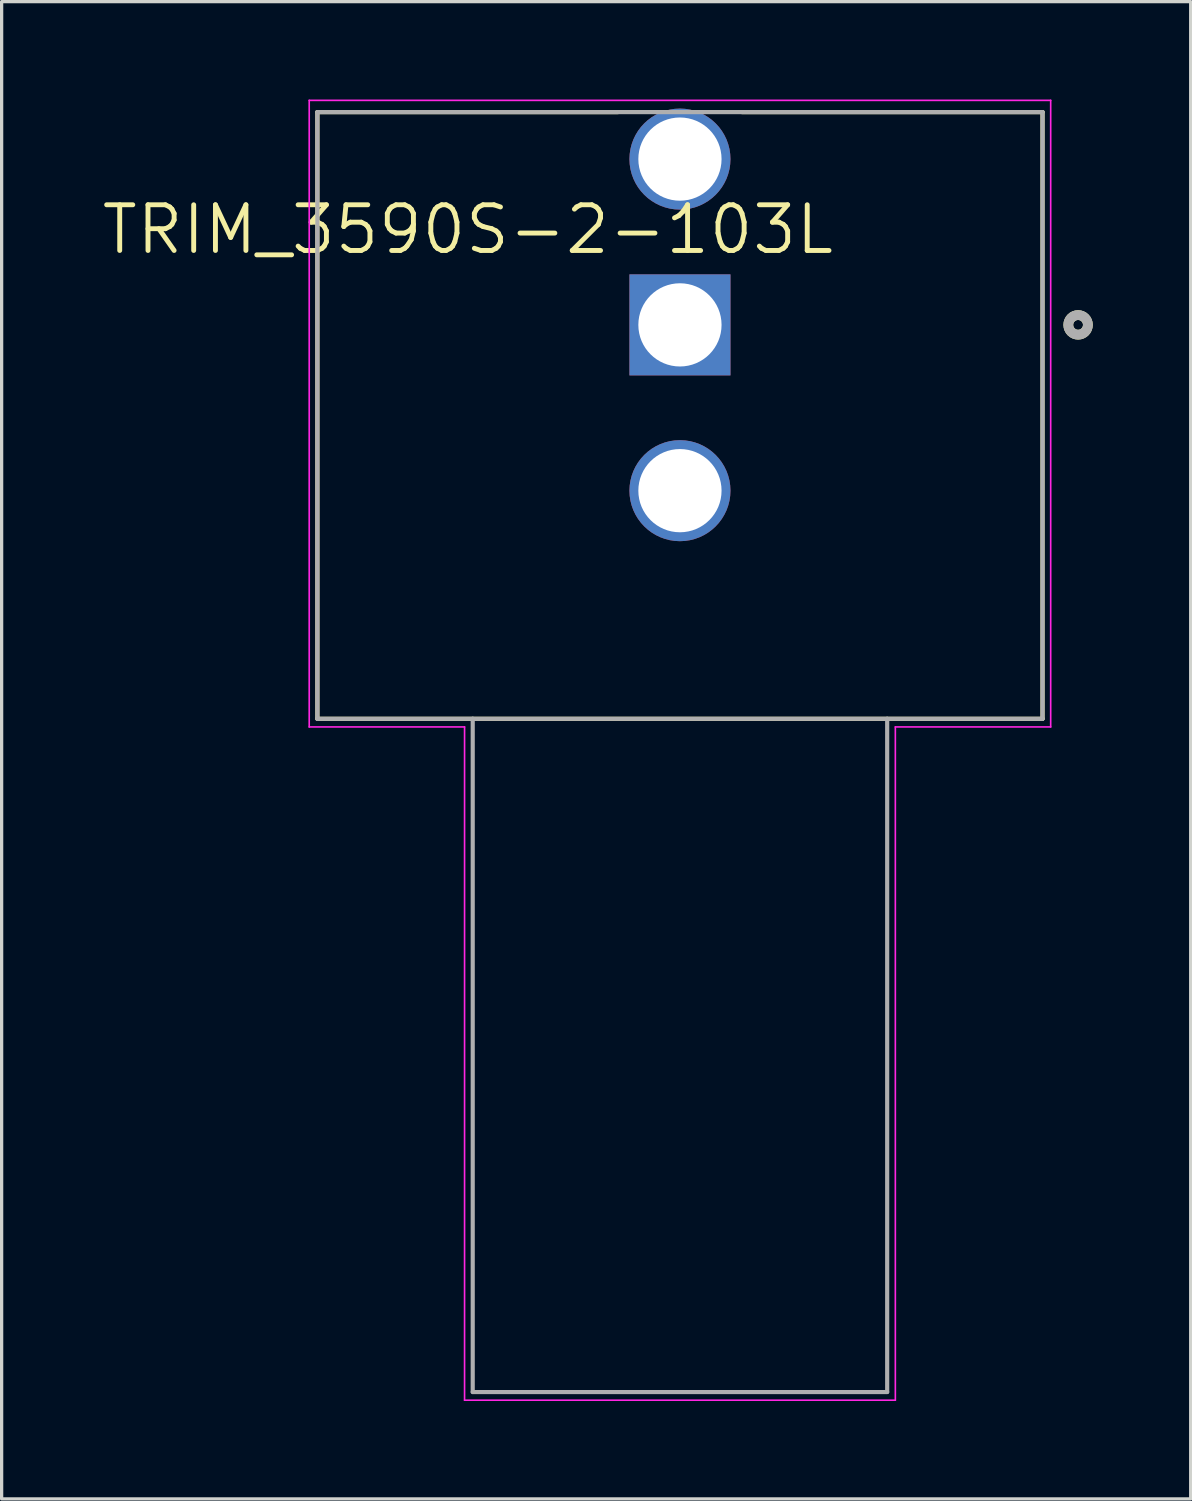
<source format=kicad_pcb>
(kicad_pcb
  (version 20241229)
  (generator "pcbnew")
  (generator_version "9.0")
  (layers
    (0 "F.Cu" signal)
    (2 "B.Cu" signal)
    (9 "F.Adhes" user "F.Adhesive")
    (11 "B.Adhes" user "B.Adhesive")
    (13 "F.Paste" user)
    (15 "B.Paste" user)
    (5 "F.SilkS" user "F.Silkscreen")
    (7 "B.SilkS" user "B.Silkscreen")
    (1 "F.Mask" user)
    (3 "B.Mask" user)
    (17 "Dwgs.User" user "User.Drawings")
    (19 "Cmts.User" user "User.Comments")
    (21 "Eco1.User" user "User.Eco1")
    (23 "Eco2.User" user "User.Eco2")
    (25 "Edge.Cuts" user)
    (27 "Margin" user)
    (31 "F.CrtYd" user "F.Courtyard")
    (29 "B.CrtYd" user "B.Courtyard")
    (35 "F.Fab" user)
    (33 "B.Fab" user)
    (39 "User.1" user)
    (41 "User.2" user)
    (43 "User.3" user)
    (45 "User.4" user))
  (footprint "TRIM_3590S-2-103L"
    (layer "F.Cu")
    (at 6.285 19.485)
    (property "Reference" "TRIM_3590S-2-103L" (at 5 -15.5 0) (layer "F.SilkS") (effects (font (size 1.4 1.4) (thickness 0.15))))
    (attr through_hole)
    (fp_line (start 0.39 -19.1) (end 0.39 -0.51) (stroke (width 0.127) (type solid)) (layer "F.SilkS"))
    (fp_line (start 0.39 -0.51) (end 22.61 -0.51) (stroke (width 0.127) (type solid)) (layer "F.SilkS"))
    (fp_line (start 9.6 -19.1) (end 0.39 -19.1) (stroke (width 0.127) (type solid)) (layer "F.SilkS"))
    (fp_line (start 22.61 -19.1) (end 13.4 -19.1) (stroke (width 0.127) (type solid)) (layer "F.SilkS"))
    (fp_line (start 22.61 -0.51) (end 22.61 -19.1) (stroke (width 0.127) (type solid)) (layer "F.SilkS"))
    (fp_circle (center 23.7 -12.58) (end 23.7 -12.28) (stroke (width 0.3) (type solid)) (fill no) (layer "F.SilkS"))
    (fp_line (start 0.14 -19.46) (end 22.86 -19.46) (stroke (width 0.05) (type solid)) (layer "F.CrtYd"))
    (fp_line (start 0.14 -0.26) (end 0.14 -19.46) (stroke (width 0.05) (type solid)) (layer "F.CrtYd"))
    (fp_line (start 4.9 -0.26) (end 0.14 -0.26) (stroke (width 0.05) (type solid)) (layer "F.CrtYd"))
    (fp_line (start 4.9 20.37) (end 4.9 -0.26) (stroke (width 0.05) (type solid)) (layer "F.CrtYd"))
    (fp_line (start 18.1 -0.26) (end 18.1 20.37) (stroke (width 0.05) (type solid)) (layer "F.CrtYd"))
    (fp_line (start 18.1 20.37) (end 4.9 20.37) (stroke (width 0.05) (type solid)) (layer "F.CrtYd"))
    (fp_line (start 22.86 -19.46) (end 22.86 -0.26) (stroke (width 0.05) (type solid)) (layer "F.CrtYd"))
    (fp_line (start 22.86 -0.26) (end 18.1 -0.26) (stroke (width 0.05) (type solid)) (layer "F.CrtYd"))
    (fp_line (start 0.39 -19.1) (end 0.39 -0.51) (stroke (width 0.127) (type solid)) (layer "F.Fab"))
    (fp_line (start 0.39 -0.51) (end 5.15 -0.51) (stroke (width 0.127) (type solid)) (layer "F.Fab"))
    (fp_line (start 5.15 -0.51) (end 17.85 -0.51) (stroke (width 0.127) (type solid)) (layer "F.Fab"))
    (fp_line (start 5.15 20.12) (end 5.15 -0.51) (stroke (width 0.127) (type solid)) (layer "F.Fab"))
    (fp_line (start 17.85 -0.51) (end 17.85 20.12) (stroke (width 0.127) (type solid)) (layer "F.Fab"))
    (fp_line (start 17.85 -0.51) (end 22.61 -0.51) (stroke (width 0.127) (type solid)) (layer "F.Fab"))
    (fp_line (start 17.85 20.12) (end 5.15 20.12) (stroke (width 0.127) (type solid)) (layer "F.Fab"))
    (fp_line (start 22.61 -19.1) (end 0.39 -19.1) (stroke (width 0.127) (type solid)) (layer "F.Fab"))
    (fp_line (start 22.61 -0.51) (end 22.61 -19.1) (stroke (width 0.127) (type solid)) (layer "F.Fab"))
    (fp_circle (center 23.7 -12.58) (end 23.7 -12.28) (stroke (width 0.3) (type solid)) (fill no) (layer "F.Fab"))
    (pad "1" thru_hole rect (at 11.5 -12.58 270) (size 3.096 3.096) (drill 2.55) (layers "*.Cu" "*.Mask"))
    (pad "2" thru_hole circle (at 11.5 -17.66 270) (size 3.096 3.096) (drill 2.55) (layers "*.Cu" "*.Mask"))
    (pad "3" thru_hole circle (at 11.5 -7.5 270) (size 3.096 3.096) (drill 2.55) (layers "*.Cu" "*.Mask")))
  (gr_rect
    (start -3 -3)
    (end 33.435 42.88)
    (stroke (width 0.1) (type default))
    (fill no)
    (layer "Edge.Cuts")))
</source>
